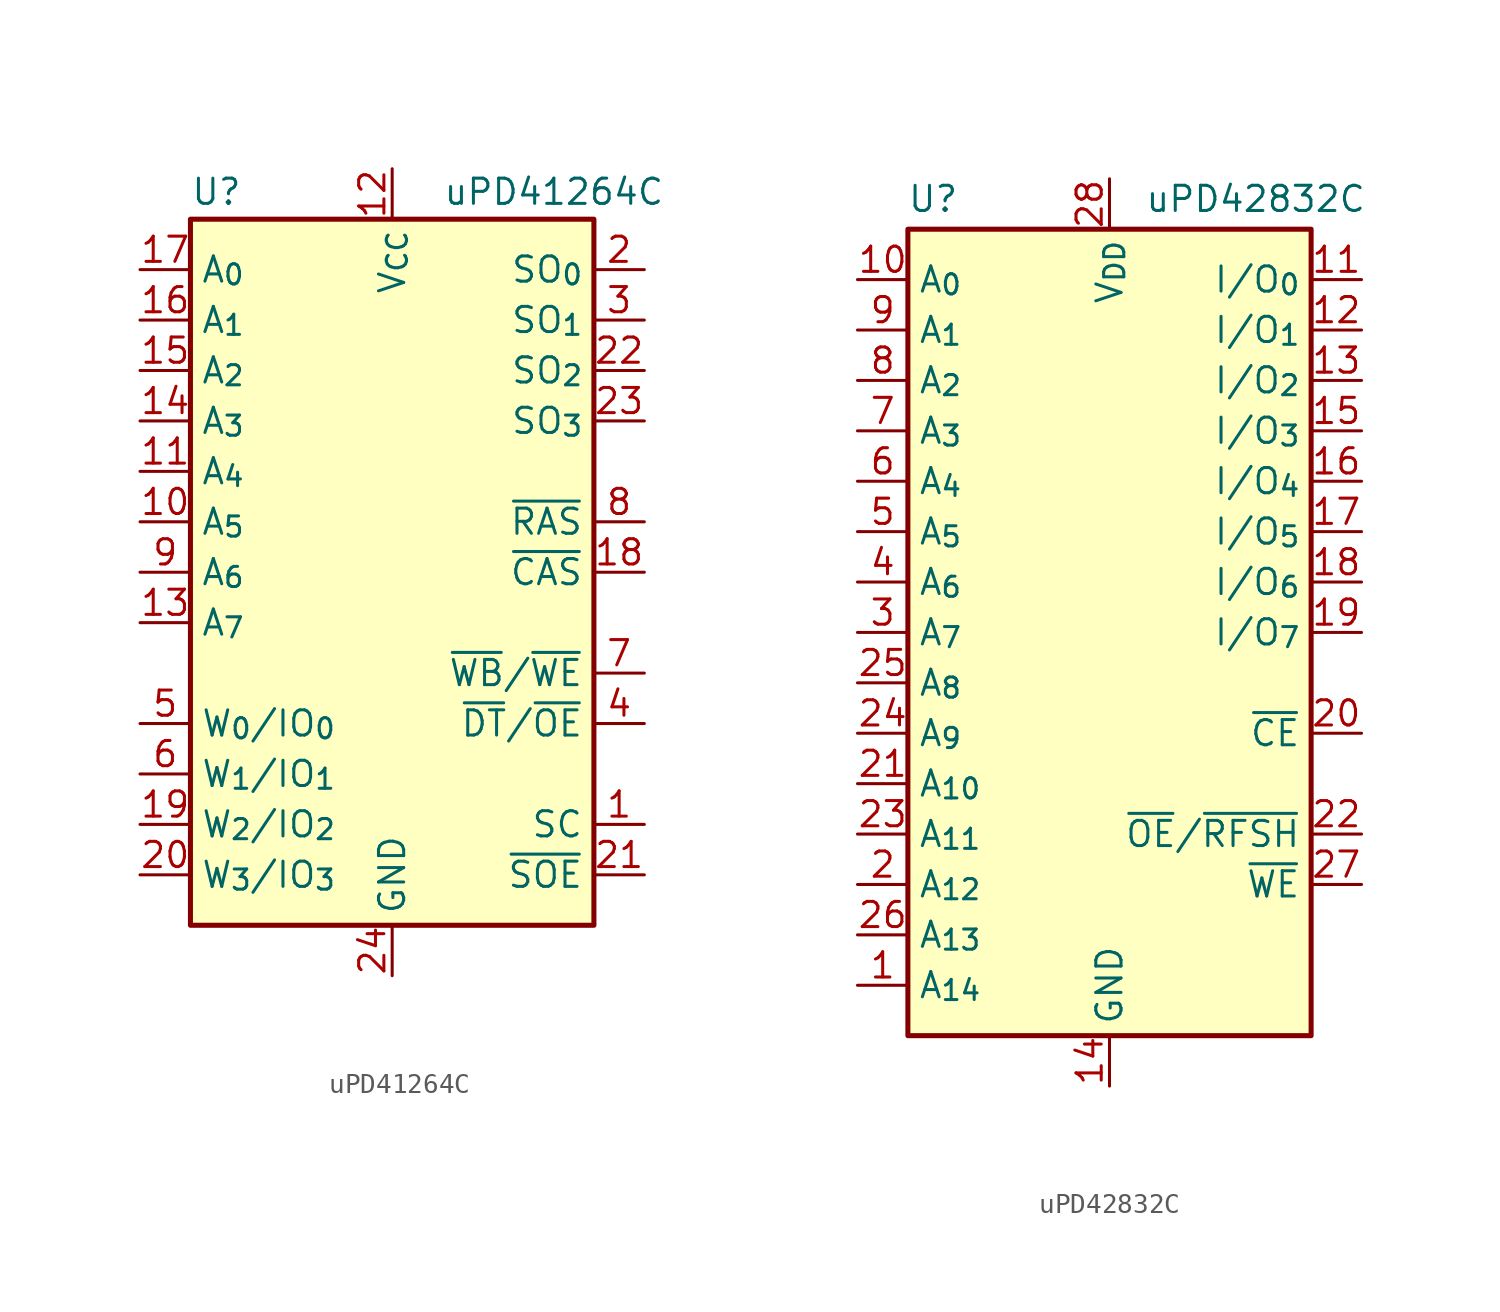
<source format=kicad_sym>
(kicad_symbol_lib
  (version 20241209)
  (generator "kicad_symbol_editor")
  (generator_version "9.0")
  (symbol "uPD41264C"
    (property "Reference" "U"
      (at -10.16 18.415 0)
      (effects (font (size 1.27 1.27)) (justify left bottom)))
    (property "Value" "uPD41264C"
      (at 2.54 18.415 0)
      (effects (font (size 1.27 1.27)) (justify left bottom)))
    (symbol "uPD41264C_0_1"
      (rectangle (start -10.16 17.78) (end 10.16 -17.78) (stroke (width 0.254) (type default)) (fill (type background))))
    (symbol "uPD41264C_1_0"
      (pin power_in line (at 0 20.32 270) (length 2.54) (name "V_{CC}" (effects (font (size 1.27 1.27)))) (number "12" (effects (font (size 1.27 1.27)))))
      (pin power_in line (at 0 -20.32 90) (length 2.54) (name "GND" (effects (font (size 1.27 1.27)))) (number "24" (effects (font (size 1.27 1.27))))))
    (symbol "uPD41264C_1_1"
      (pin input line (at -12.7 15.24 0) (length 2.54) (name "A_{0}" (effects (font (size 1.27 1.27)))) (number "17" (effects (font (size 1.27 1.27)))))
      (pin input line (at -12.7 12.7 0) (length 2.54) (name "A_{1}" (effects (font (size 1.27 1.27)))) (number "16" (effects (font (size 1.27 1.27)))))
      (pin input line (at -12.7 10.16 0) (length 2.54) (name "A_{2}" (effects (font (size 1.27 1.27)))) (number "15" (effects (font (size 1.27 1.27)))))
      (pin input line (at -12.7 7.62 0) (length 2.54) (name "A_{3}" (effects (font (size 1.27 1.27)))) (number "14" (effects (font (size 1.27 1.27)))))
      (pin input line (at -12.7 5.08 0) (length 2.54) (name "A_{4}" (effects (font (size 1.27 1.27)))) (number "11" (effects (font (size 1.27 1.27)))))
      (pin input line (at -12.7 2.54 0) (length 2.54) (name "A_{5}" (effects (font (size 1.27 1.27)))) (number "10" (effects (font (size 1.27 1.27)))))
      (pin input line (at -12.7 0 0) (length 2.54) (name "A_{6}" (effects (font (size 1.27 1.27)))) (number "9" (effects (font (size 1.27 1.27)))))
      (pin input line (at -12.7 -2.54 0) (length 2.54) (name "A_{7}" (effects (font (size 1.27 1.27)))) (number "13" (effects (font (size 1.27 1.27)))))
      (pin bidirectional line (at -12.7 -7.62 0) (length 2.54) (name "W_{0}/IO_{0}" (effects (font (size 1.27 1.27)))) (number "5" (effects (font (size 1.27 1.27)))))
      (pin bidirectional line (at -12.7 -10.16 0) (length 2.54) (name "W_{1}/IO_{1}" (effects (font (size 1.27 1.27)))) (number "6" (effects (font (size 1.27 1.27)))))
      (pin bidirectional line (at -12.7 -12.7 0) (length 2.54) (name "W_{2}/IO_{2}" (effects (font (size 1.27 1.27)))) (number "19" (effects (font (size 1.27 1.27)))))
      (pin bidirectional line (at -12.7 -15.24 0) (length 2.54) (name "W_{3}/IO_{3}" (effects (font (size 1.27 1.27)))) (number "20" (effects (font (size 1.27 1.27)))))
      (pin tri_state line (at 12.7 15.24 180) (length 2.54) (name "SO_{0}" (effects (font (size 1.27 1.27)))) (number "2" (effects (font (size 1.27 1.27)))))
      (pin tri_state line (at 12.7 12.7 180) (length 2.54) (name "SO_{1}" (effects (font (size 1.27 1.27)))) (number "3" (effects (font (size 1.27 1.27)))))
      (pin tri_state line (at 12.7 10.16 180) (length 2.54) (name "SO_{2}" (effects (font (size 1.27 1.27)))) (number "22" (effects (font (size 1.27 1.27)))))
      (pin tri_state line (at 12.7 7.62 180) (length 2.54) (name "SO_{3}" (effects (font (size 1.27 1.27)))) (number "23" (effects (font (size 1.27 1.27)))))
      (pin input line (at 12.7 2.54 180) (length 2.54) (name "~{RAS}" (effects (font (size 1.27 1.27)))) (number "8" (effects (font (size 1.27 1.27)))))
      (pin input line (at 12.7 0 180) (length 2.54) (name "~{CAS}" (effects (font (size 1.27 1.27)))) (number "18" (effects (font (size 1.27 1.27)))))
      (pin input line (at 12.7 -5.08 180) (length 2.54) (name "~{WB}/~{WE}" (effects (font (size 1.27 1.27)))) (number "7" (effects (font (size 1.27 1.27)))))
      (pin input line (at 12.7 -7.62 180) (length 2.54) (name "~{DT}/~{OE}" (effects (font (size 1.27 1.27)))) (number "4" (effects (font (size 1.27 1.27)))))
      (pin input line (at 12.7 -12.7 180) (length 2.54) (name "SC" (effects (font (size 1.27 1.27)))) (number "1" (effects (font (size 1.27 1.27)))))
      (pin input line (at 12.7 -15.24 180) (length 2.54) (name "~{SOE}" (effects (font (size 1.27 1.27)))) (number "21" (effects (font (size 1.27 1.27)))))))
  (symbol "uPD42832C"
    (property "Reference" "U"
      (at -8.89 21.844 0)
      (effects (font (size 1.27 1.27))))
    (property "Value" "uPD42832C"
      (at 7.366 21.844 0)
      (effects (font (size 1.27 1.27))))
    (symbol "uPD42832C_0_0"
      (pin power_in line (at 0 -22.86 90) (length 2.54) (name "GND" (effects (font (size 1.27 1.27)))) (number "14" (effects (font (size 1.27 1.27))))))
    (symbol "uPD42832C_0_1"
      (rectangle (start -10.16 20.32) (end 10.16 -20.32) (stroke (width 0.254) (type default)) (fill (type background))))
    (symbol "uPD42832C_1_0"
      (pin power_in line (at 0 22.86 270) (length 2.54) (name "V_{DD}" (effects (font (size 1.27 1.27)))) (number "28" (effects (font (size 1.27 1.27))))))
    (symbol "uPD42832C_1_1"
      (pin input line (at -12.7 17.78 0) (length 2.54) (name "A_{0}" (effects (font (size 1.27 1.27)))) (number "10" (effects (font (size 1.27 1.27)))))
      (pin input line (at -12.7 15.24 0) (length 2.54) (name "A_{1}" (effects (font (size 1.27 1.27)))) (number "9" (effects (font (size 1.27 1.27)))))
      (pin input line (at -12.7 12.7 0) (length 2.54) (name "A_{2}" (effects (font (size 1.27 1.27)))) (number "8" (effects (font (size 1.27 1.27)))))
      (pin input line (at -12.7 10.16 0) (length 2.54) (name "A_{3}" (effects (font (size 1.27 1.27)))) (number "7" (effects (font (size 1.27 1.27)))))
      (pin input line (at -12.7 7.62 0) (length 2.54) (name "A_{4}" (effects (font (size 1.27 1.27)))) (number "6" (effects (font (size 1.27 1.27)))))
      (pin input line (at -12.7 5.08 0) (length 2.54) (name "A_{5}" (effects (font (size 1.27 1.27)))) (number "5" (effects (font (size 1.27 1.27)))))
      (pin input line (at -12.7 2.54 0) (length 2.54) (name "A_{6}" (effects (font (size 1.27 1.27)))) (number "4" (effects (font (size 1.27 1.27)))))
      (pin input line (at -12.7 0 0) (length 2.54) (name "A_{7}" (effects (font (size 1.27 1.27)))) (number "3" (effects (font (size 1.27 1.27)))))
      (pin input line (at -12.7 -2.54 0) (length 2.54) (name "A_{8}" (effects (font (size 1.27 1.27)))) (number "25" (effects (font (size 1.27 1.27)))))
      (pin input line (at -12.7 -5.08 0) (length 2.54) (name "A_{9}" (effects (font (size 1.27 1.27)))) (number "24" (effects (font (size 1.27 1.27)))))
      (pin input line (at -12.7 -7.62 0) (length 2.54) (name "A_{10}" (effects (font (size 1.27 1.27)))) (number "21" (effects (font (size 1.27 1.27)))))
      (pin input line (at -12.7 -10.16 0) (length 2.54) (name "A_{11}" (effects (font (size 1.27 1.27)))) (number "23" (effects (font (size 1.27 1.27)))))
      (pin input line (at -12.7 -12.7 0) (length 2.54) (name "A_{12}" (effects (font (size 1.27 1.27)))) (number "2" (effects (font (size 1.27 1.27)))))
      (pin input line (at -12.7 -15.24 0) (length 2.54) (name "A_{13}" (effects (font (size 1.27 1.27)))) (number "26" (effects (font (size 1.27 1.27)))))
      (pin input line (at -12.7 -17.78 0) (length 2.54) (name "A_{14}" (effects (font (size 1.27 1.27)))) (number "1" (effects (font (size 1.27 1.27)))))
      (pin tri_state line (at 12.7 17.78 180) (length 2.54) (name "I/O_{0}" (effects (font (size 1.27 1.27)))) (number "11" (effects (font (size 1.27 1.27)))))
      (pin tri_state line (at 12.7 15.24 180) (length 2.54) (name "I/O_{1}" (effects (font (size 1.27 1.27)))) (number "12" (effects (font (size 1.27 1.27)))))
      (pin tri_state line (at 12.7 12.7 180) (length 2.54) (name "I/O_{2}" (effects (font (size 1.27 1.27)))) (number "13" (effects (font (size 1.27 1.27)))))
      (pin tri_state line (at 12.7 10.16 180) (length 2.54) (name "I/O_{3}" (effects (font (size 1.27 1.27)))) (number "15" (effects (font (size 1.27 1.27)))))
      (pin tri_state line (at 12.7 7.62 180) (length 2.54) (name "I/O_{4}" (effects (font (size 1.27 1.27)))) (number "16" (effects (font (size 1.27 1.27)))))
      (pin tri_state line (at 12.7 5.08 180) (length 2.54) (name "I/O_{5}" (effects (font (size 1.27 1.27)))) (number "17" (effects (font (size 1.27 1.27)))))
      (pin tri_state line (at 12.7 2.54 180) (length 2.54) (name "I/O_{6}" (effects (font (size 1.27 1.27)))) (number "18" (effects (font (size 1.27 1.27)))))
      (pin tri_state line (at 12.7 0 180) (length 2.54) (name "I/O_{7}" (effects (font (size 1.27 1.27)))) (number "19" (effects (font (size 1.27 1.27)))))
      (pin input line (at 12.7 -5.08 180) (length 2.54) (name "~{CE}" (effects (font (size 1.27 1.27)))) (number "20" (effects (font (size 1.27 1.27)))))
      (pin input line (at 12.7 -10.16 180) (length 2.54) (name "~{OE}/~{RFSH}" (effects (font (size 1.27 1.27)))) (number "22" (effects (font (size 1.27 1.27)))))
      (pin input line (at 12.7 -12.7 180) (length 2.54) (name "~{WE}" (effects (font (size 1.27 1.27)))) (number "27" (effects (font (size 1.27 1.27))))))))
</source>
